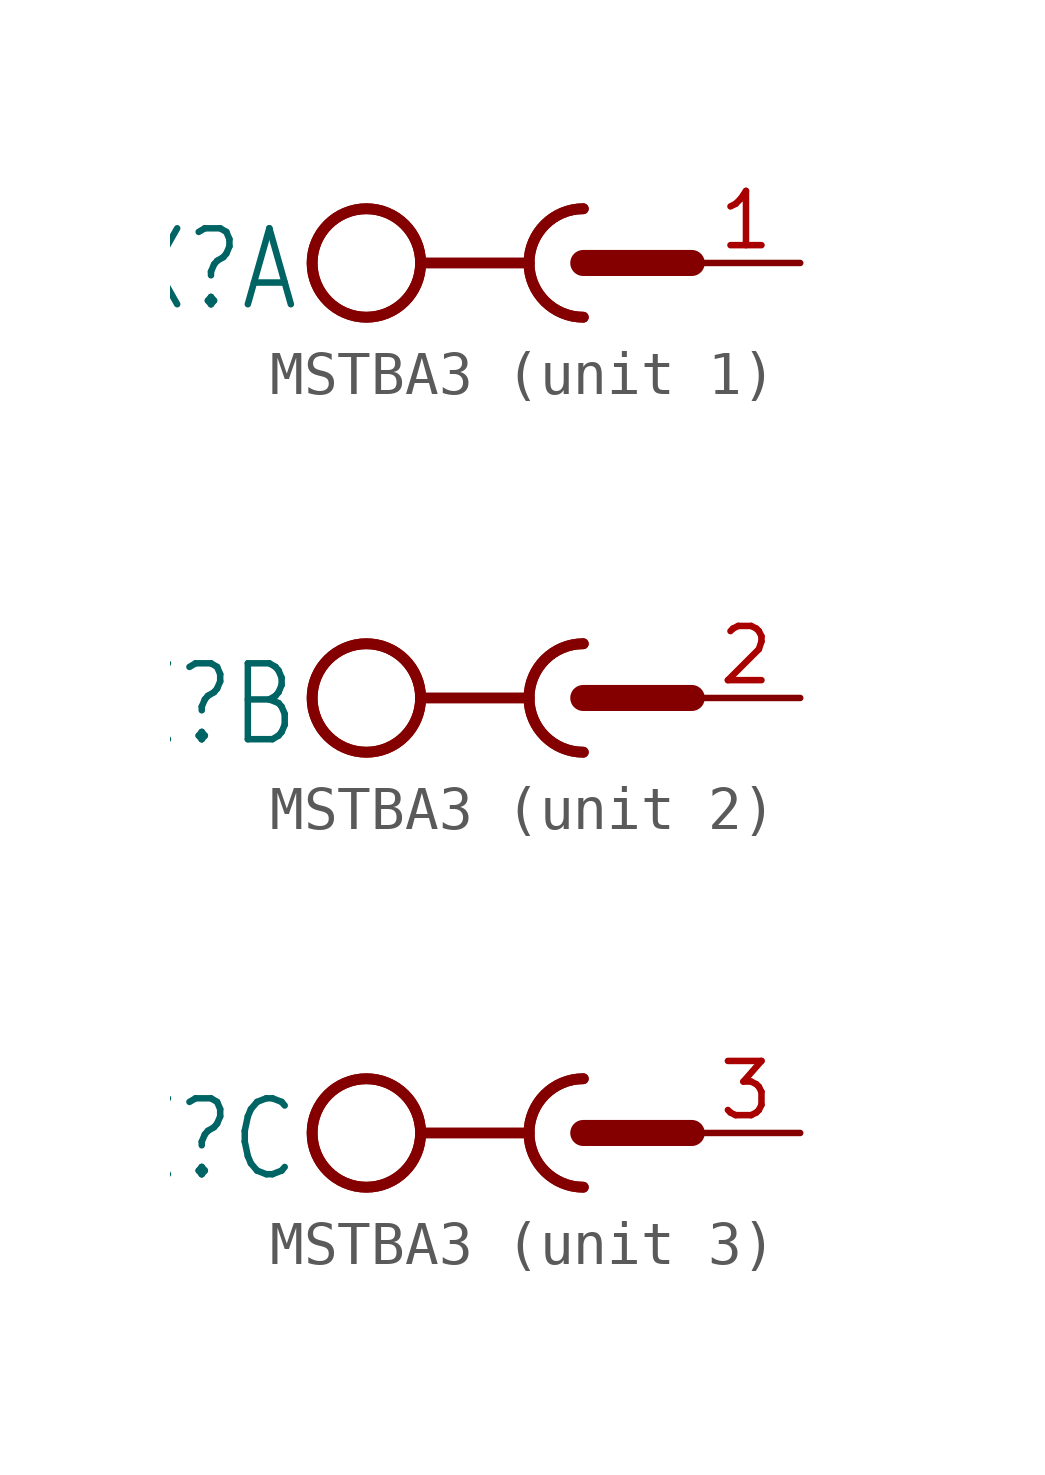
<source format=kicad_sym>
(kicad_symbol_lib
  (version 20220914)
  (generator kicad_symbol_editor)
  (symbol "MSTBA3"
    (property "Reference" "X"
      (at -6.604 0.889 0)
      (effects (font (size 1.778 1.511)) (justify right top)))
    (property "ki_locked" ""
      (at 0 0 0)
      (effects (font (size 1.27 1.27))))
    (symbol "MSTBA3_1_0"
      (circle (center -5.08 0) (radius 1.27) (stroke (width 0.254) (type solid)) (fill (type none)))
      (circle (center -5.08 0) (radius 1.27) (stroke (width 0.254) (type solid)) (fill (type none)))
      (arc (start -1.27 0) (mid -0.898 -0.898) (end 0 -1.27) (stroke (width 0.254) (type solid)) (fill (type none)))
      (polyline (pts (xy -3.81 0) (xy -1.27 0)) (stroke (width 0.254) (type solid)) (fill (type none)))
      (polyline (pts (xy 0 0) (xy 2.54 0)) (stroke (width 0.61) (type solid)) (fill (type none)))
      (arc (start 0 1.27) (mid -0.898 0.898) (end -1.27 0) (stroke (width 0.254) (type solid)) (fill (type none)))
      (arc (start 0 1.27) (mid -1.27 0) (end 0 -1.27) (stroke (width 0.254) (type solid)) (fill (type none)))
      (pin passive line (at 5.08 0 180) (length 2.54) (name "1" (effects (font (size 0 0)))) (number "1" (effects (font (size 1.27 1.27))))))
    (symbol "MSTBA3_2_0"
      (circle (center -5.08 0) (radius 1.27) (stroke (width 0.254) (type solid)) (fill (type none)))
      (circle (center -5.08 0) (radius 1.27) (stroke (width 0.254) (type solid)) (fill (type none)))
      (arc (start -1.27 0) (mid -0.898 -0.898) (end 0 -1.27) (stroke (width 0.254) (type solid)) (fill (type none)))
      (polyline (pts (xy -3.81 0) (xy -1.27 0)) (stroke (width 0.254) (type solid)) (fill (type none)))
      (polyline (pts (xy 0 0) (xy 2.54 0)) (stroke (width 0.61) (type solid)) (fill (type none)))
      (arc (start 0 1.27) (mid -0.898 0.898) (end -1.27 0) (stroke (width 0.254) (type solid)) (fill (type none)))
      (arc (start 0 1.27) (mid -1.27 0) (end 0 -1.27) (stroke (width 0.254) (type solid)) (fill (type none)))
      (pin passive line (at 5.08 0 180) (length 2.54) (name "1" (effects (font (size 0 0)))) (number "2" (effects (font (size 1.27 1.27))))))
    (symbol "MSTBA3_3_0"
      (circle (center -5.08 0) (radius 1.27) (stroke (width 0.254) (type solid)) (fill (type none)))
      (circle (center -5.08 0) (radius 1.27) (stroke (width 0.254) (type solid)) (fill (type none)))
      (arc (start -1.27 0) (mid -0.898 -0.898) (end 0 -1.27) (stroke (width 0.254) (type solid)) (fill (type none)))
      (polyline (pts (xy -3.81 0) (xy -1.27 0)) (stroke (width 0.254) (type solid)) (fill (type none)))
      (polyline (pts (xy 0 0) (xy 2.54 0)) (stroke (width 0.61) (type solid)) (fill (type none)))
      (arc (start 0 1.27) (mid -0.898 0.898) (end -1.27 0) (stroke (width 0.254) (type solid)) (fill (type none)))
      (arc (start 0 1.27) (mid -1.27 0) (end 0 -1.27) (stroke (width 0.254) (type solid)) (fill (type none)))
      (pin passive line (at 5.08 0 180) (length 2.54) (name "1" (effects (font (size 0 0)))) (number "3" (effects (font (size 1.27 1.27))))))))
</source>
